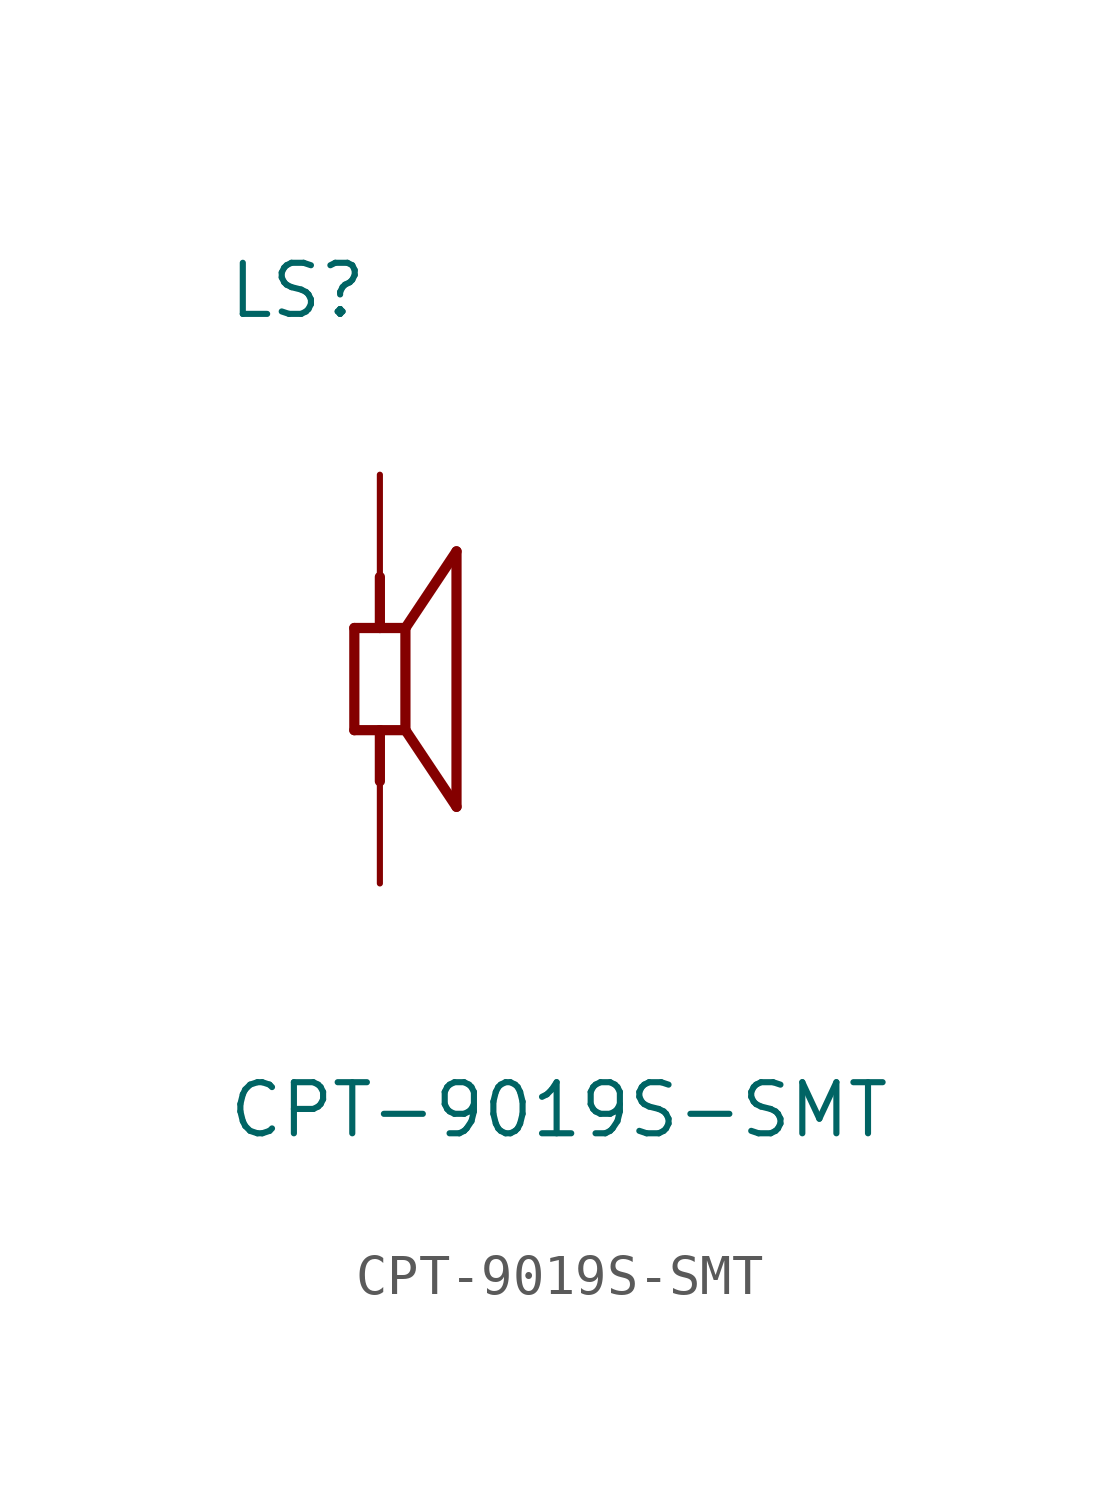
<source format=kicad_sym>
(kicad_symbol_lib
  (version 20220914)
  (generator kicad_symbol_editor)
  (symbol "CPT-9019S-SMT"
    (pin_numbers hide)
    (pin_names
      (offset 1.016) hide)
    (property "Reference" "LS"
      (at -3.81 8.915 0)
      (effects (font (size 1.27 1.27)) (justify left bottom)))
    (property "Value" "CPT-9019S-SMT"
      (at -3.81 -11.455 0)
      (effects (font (size 1.27 1.27)) (justify left bottom)))
    (property "ki_locked" ""
      (at 0 0 0)
      (effects (font (size 1.27 1.27))))
    (symbol "CPT-9019S-SMT_0_0"
      (polyline (pts (xy -0.635 -1.27) (xy -0.635 1.27)) (stroke (width 0.254) (type solid)) (fill (type none)))
      (polyline (pts (xy -0.635 1.27) (xy 0 1.27)) (stroke (width 0.254) (type solid)) (fill (type none)))
      (polyline (pts (xy 0 -1.27) (xy -0.635 -1.27)) (stroke (width 0.254) (type solid)) (fill (type none)))
      (polyline (pts (xy 0 -1.27) (xy 0 -2.54)) (stroke (width 0.254) (type solid)) (fill (type none)))
      (polyline (pts (xy 0 1.27) (xy 0 2.54)) (stroke (width 0.254) (type solid)) (fill (type none)))
      (polyline (pts (xy 0 1.27) (xy 0.635 1.27)) (stroke (width 0.254) (type solid)) (fill (type none)))
      (polyline (pts (xy 0.635 -1.27) (xy 0 -1.27)) (stroke (width 0.254) (type solid)) (fill (type none)))
      (polyline (pts (xy 0.635 1.27) (xy 0.635 -1.27)) (stroke (width 0.254) (type solid)) (fill (type none)))
      (polyline (pts (xy 0.635 1.27) (xy 1.905 3.175)) (stroke (width 0.254) (type solid)) (fill (type none)))
      (polyline (pts (xy 1.905 -3.175) (xy 0.635 -1.27)) (stroke (width 0.254) (type solid)) (fill (type none)))
      (polyline (pts (xy 1.905 3.175) (xy 1.905 -3.175)) (stroke (width 0.254) (type solid)) (fill (type none)))
      (pin passive line (at 0 5.08 270) (length 2.54) (name "~" (effects (font (size 1.016 1.016)))) (number "1" (effects (font (size 1.016 1.016)))))
      (pin passive line (at 0 -5.08 90) (length 2.54) (name "~" (effects (font (size 1.016 1.016)))) (number "2" (effects (font (size 1.016 1.016))))))))
</source>
